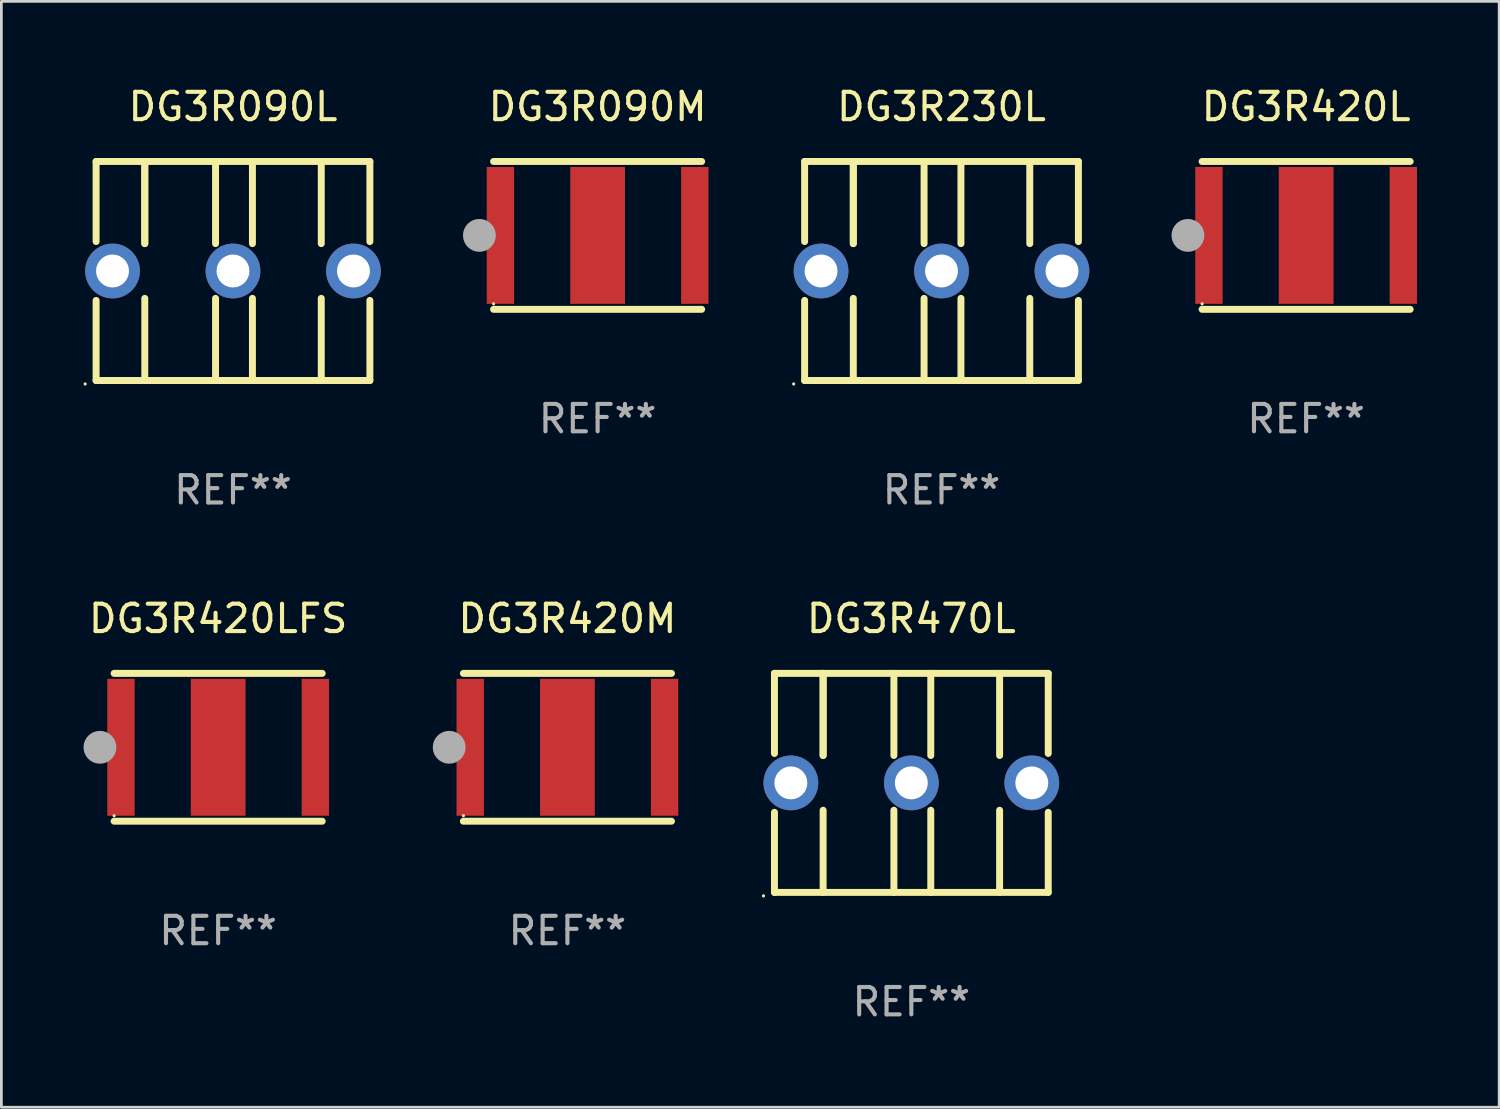
<source format=kicad_pcb>
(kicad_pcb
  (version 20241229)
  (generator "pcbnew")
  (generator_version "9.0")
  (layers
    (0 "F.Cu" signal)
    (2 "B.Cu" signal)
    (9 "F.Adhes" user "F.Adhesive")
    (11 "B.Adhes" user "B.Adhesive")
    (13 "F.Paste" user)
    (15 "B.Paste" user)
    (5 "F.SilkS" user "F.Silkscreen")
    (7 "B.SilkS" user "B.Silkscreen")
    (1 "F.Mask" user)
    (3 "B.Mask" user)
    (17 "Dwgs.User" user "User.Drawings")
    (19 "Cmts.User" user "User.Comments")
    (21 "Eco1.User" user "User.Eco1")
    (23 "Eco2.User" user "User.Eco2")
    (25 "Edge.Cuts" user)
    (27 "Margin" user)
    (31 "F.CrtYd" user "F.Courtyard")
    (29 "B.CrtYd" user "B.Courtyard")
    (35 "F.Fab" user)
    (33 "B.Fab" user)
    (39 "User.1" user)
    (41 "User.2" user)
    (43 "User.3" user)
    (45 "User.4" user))
  (footprint "DG3R090L"
    (layer "F.Cu")
    (at 5.46 6.848)
    (property "Reference" "DG3R090L" (at 0 -6 0) (layer "F.SilkS") (effects (font (size 1 1) (thickness 0.15))))
    (attr through_hole)
    (fp_line (start -5 -4) (end -5 -1.075) (stroke (width 0.254) (type solid)) (layer "F.SilkS"))
    (fp_line (start -5 -4) (end 5 -4) (stroke (width 0.254) (type solid)) (layer "F.SilkS"))
    (fp_line (start -5 1.075) (end -5 4) (stroke (width 0.254) (type solid)) (layer "F.SilkS"))
    (fp_line (start -5 4) (end 5 4) (stroke (width 0.254) (type solid)) (layer "F.SilkS"))
    (fp_line (start -3.222 -1) (end -3.222 -4) (stroke (width 0.254) (type solid)) (layer "F.SilkS"))
    (fp_line (start -3.222 -1) (end -3.222 -4) (stroke (width 0.254) (type solid)) (layer "F.SilkS"))
    (fp_line (start -3.222 1) (end -3.222 4) (stroke (width 0.254) (type solid)) (layer "F.SilkS"))
    (fp_line (start -0.637 -1) (end -0.637 -4) (stroke (width 0.254) (type solid)) (layer "F.SilkS"))
    (fp_line (start -0.637 1) (end -0.637 4) (stroke (width 0.254) (type solid)) (layer "F.SilkS"))
    (fp_line (start 0.71 -1) (end 0.71 -4) (stroke (width 0.254) (type solid)) (layer "F.SilkS"))
    (fp_line (start 0.71 1) (end 0.71 4) (stroke (width 0.254) (type solid)) (layer "F.SilkS"))
    (fp_line (start 3.224 -1) (end 3.224 -4) (stroke (width 0.254) (type solid)) (layer "F.SilkS"))
    (fp_line (start 3.224 1) (end 3.224 4) (stroke (width 0.254) (type solid)) (layer "F.SilkS"))
    (fp_line (start 5 -4) (end 5 -1.075) (stroke (width 0.254) (type solid)) (layer "F.SilkS"))
    (fp_line (start 5 1.075) (end 5 4) (stroke (width 0.254) (type solid)) (layer "F.SilkS"))
    (fp_circle (center -5.4 4.127) (end -5.37 4.127) (stroke (width 0.06) (type solid)) (fill no) (layer "F.SilkS"))
    (fp_text user "REF**" (at 0 8 0) (layer "F.Fab") (effects (font (size 1 1) (thickness 0.15))))
    (pad "1" thru_hole circle (at -4.4 0) (size 2 2) (drill 1.2) (layers "*.Cu" "*.Mask"))
    (pad "2" thru_hole circle (at 4.4 0) (size 2 2) (drill 1.2) (layers "*.Cu" "*.Mask"))
    (pad "3" thru_hole circle (at 0 0) (size 2 2) (drill 1.2) (layers "*.Cu" "*.Mask")))
  (footprint "DG3R090M"
    (layer "F.Cu")
    (at 18.778 5.548)
    (property "Reference" "DG3R090M" (at 0 -4.7 0) (layer "F.SilkS") (effects (font (size 1 1) (thickness 0.15))))
    (attr through_hole)
    (fp_line (start -3.8 -2.7) (end 3.8 -2.7) (stroke (width 0.254) (type solid)) (layer "F.SilkS"))
    (fp_line (start -3.8 2.7) (end 3.8 2.7) (stroke (width 0.254) (type solid)) (layer "F.SilkS"))
    (fp_circle (center -3.8 2.5) (end -3.77 2.5) (stroke (width 0.06) (type solid)) (fill no) (layer "F.SilkS"))
    (fp_circle (center -4.318 0) (end -4.018 0) (stroke (width 0.6) (type solid)) (fill no) (layer "F.Fab"))
    (fp_text user "REF**" (at 0 6.7 0) (layer "F.Fab") (effects (font (size 1 1) (thickness 0.15))))
    (pad "1" smd rect (at -3.55 0) (size 1 5) (layers "F.Cu" "F.Mask" "F.Paste"))
    (pad "2" smd rect (at 3.55 0) (size 1 5) (layers "F.Cu" "F.Mask" "F.Paste"))
    (pad "3" smd rect (at 0 0) (size 2 5) (layers "F.Cu" "F.Mask" "F.Paste")))
  (footprint "DG3R420LFS"
    (layer "F.Cu")
    (at 4.918 24.245)
    (property "Reference" "DG3R420LFS" (at 0 -4.7 0) (layer "F.SilkS") (effects (font (size 1 1) (thickness 0.15))))
    (attr through_hole)
    (fp_line (start -3.8 -2.7) (end 3.8 -2.7) (stroke (width 0.254) (type solid)) (layer "F.SilkS"))
    (fp_line (start -3.8 2.7) (end 3.8 2.7) (stroke (width 0.254) (type solid)) (layer "F.SilkS"))
    (fp_circle (center -3.8 2.5) (end -3.77 2.5) (stroke (width 0.06) (type solid)) (fill no) (layer "F.SilkS"))
    (fp_circle (center -4.318 0) (end -4.018 0) (stroke (width 0.6) (type solid)) (fill no) (layer "F.Fab"))
    (fp_text user "REF**" (at 0 6.7 0) (layer "F.Fab") (effects (font (size 1 1) (thickness 0.15))))
    (pad "1" smd rect (at -3.55 0) (size 1 5) (layers "F.Cu" "F.Mask" "F.Paste"))
    (pad "2" smd rect (at 3.55 0) (size 1 5) (layers "F.Cu" "F.Mask" "F.Paste"))
    (pad "3" smd rect (at 0 0) (size 2 5) (layers "F.Cu" "F.Mask" "F.Paste")))
  (footprint "DG3R470L"
    (layer "F.Cu")
    (at 30.237 25.545)
    (property "Reference" "DG3R470L" (at 0 -6 0) (layer "F.SilkS") (effects (font (size 1 1) (thickness 0.15))))
    (attr through_hole)
    (fp_line (start -5 -4) (end -5 -1.075) (stroke (width 0.254) (type solid)) (layer "F.SilkS"))
    (fp_line (start -5 -4) (end 5 -4) (stroke (width 0.254) (type solid)) (layer "F.SilkS"))
    (fp_line (start -5 1.075) (end -5 4) (stroke (width 0.254) (type solid)) (layer "F.SilkS"))
    (fp_line (start -5 4) (end 5 4) (stroke (width 0.254) (type solid)) (layer "F.SilkS"))
    (fp_line (start -3.222 -1) (end -3.222 -4) (stroke (width 0.254) (type solid)) (layer "F.SilkS"))
    (fp_line (start -3.222 -1) (end -3.222 -4) (stroke (width 0.254) (type solid)) (layer "F.SilkS"))
    (fp_line (start -3.222 1) (end -3.222 4) (stroke (width 0.254) (type solid)) (layer "F.SilkS"))
    (fp_line (start -0.637 -1) (end -0.637 -4) (stroke (width 0.254) (type solid)) (layer "F.SilkS"))
    (fp_line (start -0.637 1) (end -0.637 4) (stroke (width 0.254) (type solid)) (layer "F.SilkS"))
    (fp_line (start 0.71 -1) (end 0.71 -4) (stroke (width 0.254) (type solid)) (layer "F.SilkS"))
    (fp_line (start 0.71 1) (end 0.71 4) (stroke (width 0.254) (type solid)) (layer "F.SilkS"))
    (fp_line (start 3.224 -1) (end 3.224 -4) (stroke (width 0.254) (type solid)) (layer "F.SilkS"))
    (fp_line (start 3.224 1) (end 3.224 4) (stroke (width 0.254) (type solid)) (layer "F.SilkS"))
    (fp_line (start 5 -4) (end 5 -1.075) (stroke (width 0.254) (type solid)) (layer "F.SilkS"))
    (fp_line (start 5 1.075) (end 5 4) (stroke (width 0.254) (type solid)) (layer "F.SilkS"))
    (fp_circle (center -5.4 4.127) (end -5.37 4.127) (stroke (width 0.06) (type solid)) (fill no) (layer "F.SilkS"))
    (fp_text user "REF**" (at 0 8 0) (layer "F.Fab") (effects (font (size 1 1) (thickness 0.15))))
    (pad "1" thru_hole circle (at -4.4 0) (size 2 2) (drill 1.2) (layers "*.Cu" "*.Mask"))
    (pad "2" thru_hole circle (at 4.4 0) (size 2 2) (drill 1.2) (layers "*.Cu" "*.Mask"))
    (pad "3" thru_hole circle (at 0 0) (size 2 2) (drill 1.2) (layers "*.Cu" "*.Mask")))
  (footprint "DG3R420L"
    (layer "F.Cu")
    (at 44.657 5.548)
    (property "Reference" "DG3R420L" (at 0 -4.7 0) (layer "F.SilkS") (effects (font (size 1 1) (thickness 0.15))))
    (attr through_hole)
    (fp_line (start -3.8 -2.7) (end 3.8 -2.7) (stroke (width 0.254) (type solid)) (layer "F.SilkS"))
    (fp_line (start -3.8 2.7) (end 3.8 2.7) (stroke (width 0.254) (type solid)) (layer "F.SilkS"))
    (fp_circle (center -3.8 2.5) (end -3.77 2.5) (stroke (width 0.06) (type solid)) (fill no) (layer "F.SilkS"))
    (fp_circle (center -4.318 0) (end -4.018 0) (stroke (width 0.6) (type solid)) (fill no) (layer "F.Fab"))
    (fp_text user "REF**" (at 0 6.7 0) (layer "F.Fab") (effects (font (size 1 1) (thickness 0.15))))
    (pad "1" smd rect (at -3.55 0) (size 1 5) (layers "F.Cu" "F.Mask" "F.Paste"))
    (pad "2" smd rect (at 3.55 0) (size 1 5) (layers "F.Cu" "F.Mask" "F.Paste"))
    (pad "3" smd rect (at 0 0) (size 2 5) (layers "F.Cu" "F.Mask" "F.Paste")))
  (footprint "DG3R230L"
    (layer "F.Cu")
    (at 31.339 6.848)
    (property "Reference" "DG3R230L" (at 0 -6 0) (layer "F.SilkS") (effects (font (size 1 1) (thickness 0.15))))
    (attr through_hole)
    (fp_line (start -5 -4) (end -5 -1.075) (stroke (width 0.254) (type solid)) (layer "F.SilkS"))
    (fp_line (start -5 -4) (end 5 -4) (stroke (width 0.254) (type solid)) (layer "F.SilkS"))
    (fp_line (start -5 1.075) (end -5 4) (stroke (width 0.254) (type solid)) (layer "F.SilkS"))
    (fp_line (start -5 4) (end 5 4) (stroke (width 0.254) (type solid)) (layer "F.SilkS"))
    (fp_line (start -3.222 -1) (end -3.222 -4) (stroke (width 0.254) (type solid)) (layer "F.SilkS"))
    (fp_line (start -3.222 -1) (end -3.222 -4) (stroke (width 0.254) (type solid)) (layer "F.SilkS"))
    (fp_line (start -3.222 1) (end -3.222 4) (stroke (width 0.254) (type solid)) (layer "F.SilkS"))
    (fp_line (start -0.637 -1) (end -0.637 -4) (stroke (width 0.254) (type solid)) (layer "F.SilkS"))
    (fp_line (start -0.637 1) (end -0.637 4) (stroke (width 0.254) (type solid)) (layer "F.SilkS"))
    (fp_line (start 0.71 -1) (end 0.71 -4) (stroke (width 0.254) (type solid)) (layer "F.SilkS"))
    (fp_line (start 0.71 1) (end 0.71 4) (stroke (width 0.254) (type solid)) (layer "F.SilkS"))
    (fp_line (start 3.224 -1) (end 3.224 -4) (stroke (width 0.254) (type solid)) (layer "F.SilkS"))
    (fp_line (start 3.224 1) (end 3.224 4) (stroke (width 0.254) (type solid)) (layer "F.SilkS"))
    (fp_line (start 5 -4) (end 5 -1.075) (stroke (width 0.254) (type solid)) (layer "F.SilkS"))
    (fp_line (start 5 1.075) (end 5 4) (stroke (width 0.254) (type solid)) (layer "F.SilkS"))
    (fp_circle (center -5.4 4.127) (end -5.37 4.127) (stroke (width 0.06) (type solid)) (fill no) (layer "F.SilkS"))
    (fp_text user "REF**" (at 0 8 0) (layer "F.Fab") (effects (font (size 1 1) (thickness 0.15))))
    (pad "1" thru_hole circle (at -4.4 0) (size 2 2) (drill 1.2) (layers "*.Cu" "*.Mask"))
    (pad "2" thru_hole circle (at 4.4 0) (size 2 2) (drill 1.2) (layers "*.Cu" "*.Mask"))
    (pad "3" thru_hole circle (at 0 0) (size 2 2) (drill 1.2) (layers "*.Cu" "*.Mask")))
  (footprint "DG3R420M"
    (layer "F.Cu")
    (at 17.675 24.245)
    (property "Reference" "DG3R420M" (at 0 -4.7 0) (layer "F.SilkS") (effects (font (size 1 1) (thickness 0.15))))
    (attr through_hole)
    (fp_line (start -3.8 -2.7) (end 3.8 -2.7) (stroke (width 0.254) (type solid)) (layer "F.SilkS"))
    (fp_line (start -3.8 2.7) (end 3.8 2.7) (stroke (width 0.254) (type solid)) (layer "F.SilkS"))
    (fp_circle (center -3.8 2.5) (end -3.77 2.5) (stroke (width 0.06) (type solid)) (fill no) (layer "F.SilkS"))
    (fp_circle (center -4.318 0) (end -4.018 0) (stroke (width 0.6) (type solid)) (fill no) (layer "F.Fab"))
    (fp_text user "REF**" (at 0 6.7 0) (layer "F.Fab") (effects (font (size 1 1) (thickness 0.15))))
    (pad "1" smd rect (at -3.55 0) (size 1 5) (layers "F.Cu" "F.Mask" "F.Paste"))
    (pad "2" smd rect (at 3.55 0) (size 1 5) (layers "F.Cu" "F.Mask" "F.Paste"))
    (pad "3" smd rect (at 0 0) (size 2 5) (layers "F.Cu" "F.Mask" "F.Paste")))
  (gr_rect
    (start -3 -3)
    (end 51.707 37.393)
    (stroke (width 0.1) (type default))
    (fill no)
    (layer "Edge.Cuts")))
</source>
